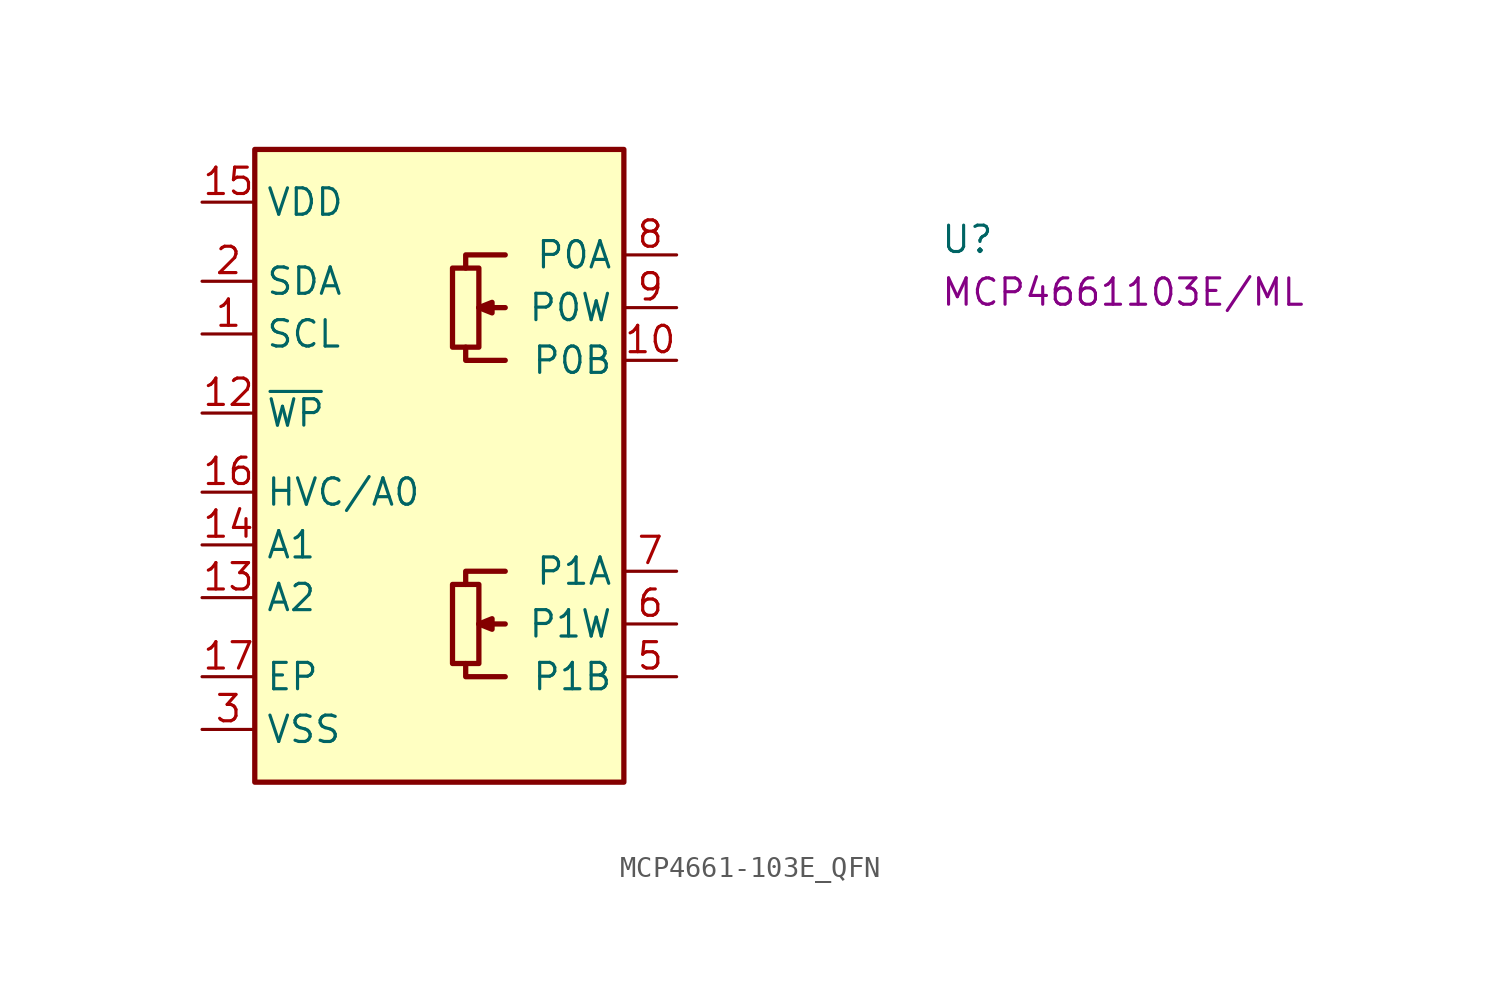
<source format=kicad_sym>
(kicad_symbol_lib
  (version 20220914)
  (generator kicad_symbol_editor)
  (symbol "MCP4661-103E_QFN"
    (property "Reference" "U"
      (at 35.56 -2.54 0)
      (effects (font (size 1.27 1.27) (thickness 0.15)) (justify left bottom)))
    (property "MPN" "MCP4661103E/ML"
      (at 35.56 -5.08 0)
      (effects (font (size 1.27 1.27) (thickness 0.15)) (justify left bottom)))
    (symbol "MCP4661-103E_QFN_1_1"
      (polyline (pts (xy 14.605 -20.32) (xy 13.335 -20.32)) (stroke (width 0.254) (type default)) (fill (type background)))
      (polyline (pts (xy 14.605 -5.08) (xy 13.335 -5.08)) (stroke (width 0.254) (type default)) (fill (type background)))
      (polyline (pts (xy 12.7 -22.225) (xy 12.7 -22.86) (xy 14.605 -22.86)) (stroke (width 0.254) (type default)) (fill (type background)))
      (polyline (pts (xy 12.7 -6.985) (xy 12.7 -7.62) (xy 14.605 -7.62)) (stroke (width 0.254) (type default)) (fill (type background)))
      (polyline (pts (xy 14.605 -17.78) (xy 12.7 -17.78) (xy 12.7 -18.415)) (stroke (width 0.254) (type default)) (fill (type background)))
      (polyline (pts (xy 14.605 -2.54) (xy 12.7 -2.54) (xy 12.7 -3.175)) (stroke (width 0.254) (type default)) (fill (type background)))
      (polyline (pts (xy 13.335 -20.32) (xy 13.97 -20.066) (xy 13.97 -20.574) (xy 13.335 -20.32)) (stroke (width 0.254) (type default)) (fill (type background)))
      (polyline (pts (xy 13.335 -5.08) (xy 13.97 -4.826) (xy 13.97 -5.334) (xy 13.335 -5.08)) (stroke (width 0.254) (type default)) (fill (type background)))
      (rectangle (start 2.54 2.54) (end 20.32 -27.94) (stroke (width 0.254) (type default)) (fill (type background)))
      (rectangle (start 13.335 -18.415) (end 12.065 -22.225) (stroke (width 0.254) (type default)) (fill (type background)))
      (rectangle (start 13.335 -3.175) (end 12.065 -6.985) (stroke (width 0.254) (type default)) (fill (type background)))
      (pin input line (at 0 -6.35 0) (length 2.54) (name "SCL" (effects (font (size 1.27 1.27)))) (number "1" (effects (font (size 1.27 1.27)))))
      (pin passive line (at 22.86 -7.62 180) (length 2.54) (name "P0B" (effects (font (size 1.27 1.27)))) (number "10" (effects (font (size 1.27 1.27)))))
      (pin no_connect line (at 20.32 -12.7 180) (length 2.54) hide (name "NC" (effects (font (size 1.27 1.27)))) (number "11" (effects (font (size 1.27 1.27)))))
      (pin input line (at 0 -10.16 0) (length 2.54) (name "~{WP}" (effects (font (size 1.27 1.27)))) (number "12" (effects (font (size 1.27 1.27)))))
      (pin input line (at 0 -19.05 0) (length 2.54) (name "A2" (effects (font (size 1.27 1.27)))) (number "13" (effects (font (size 1.27 1.27)))))
      (pin input line (at 0 -16.51 0) (length 2.54) (name "A1" (effects (font (size 1.27 1.27)))) (number "14" (effects (font (size 1.27 1.27)))))
      (pin power_in line (at 0 0 0) (length 2.54) (name "VDD" (effects (font (size 1.27 1.27)))) (number "15" (effects (font (size 1.27 1.27)))))
      (pin input line (at 0 -13.97 0) (length 2.54) (name "HVC/A0" (effects (font (size 1.27 1.27)))) (number "16" (effects (font (size 1.27 1.27)))))
      (pin power_in line (at 0 -22.86 0) (length 2.54) (name "EP" (effects (font (size 1.27 1.27)))) (number "17" (effects (font (size 1.27 1.27)))))
      (pin bidirectional line (at 0 -3.81 0) (length 2.54) (name "SDA" (effects (font (size 1.27 1.27)))) (number "2" (effects (font (size 1.27 1.27)))))
      (pin power_in line (at 0 -25.4 0) (length 2.54) (name "VSS" (effects (font (size 1.27 1.27)))) (number "3" (effects (font (size 1.27 1.27)))))
      (pin passive line (at 0 -25.4 0) (length 2.54) hide (name "VSS" (effects (font (size 1.27 1.27)))) (number "4" (effects (font (size 1.27 1.27)))))
      (pin passive line (at 22.86 -22.86 180) (length 2.54) (name "P1B" (effects (font (size 1.27 1.27)))) (number "5" (effects (font (size 1.27 1.27)))))
      (pin passive line (at 22.86 -20.32 180) (length 2.54) (name "P1W" (effects (font (size 1.27 1.27)))) (number "6" (effects (font (size 1.27 1.27)))))
      (pin passive line (at 22.86 -17.78 180) (length 2.54) (name "P1A" (effects (font (size 1.27 1.27)))) (number "7" (effects (font (size 1.27 1.27)))))
      (pin passive line (at 22.86 -2.54 180) (length 2.54) (name "P0A" (effects (font (size 1.27 1.27)))) (number "8" (effects (font (size 1.27 1.27)))))
      (pin passive line (at 22.86 -5.08 180) (length 2.54) (name "P0W" (effects (font (size 1.27 1.27)))) (number "9" (effects (font (size 1.27 1.27))))))))
</source>
